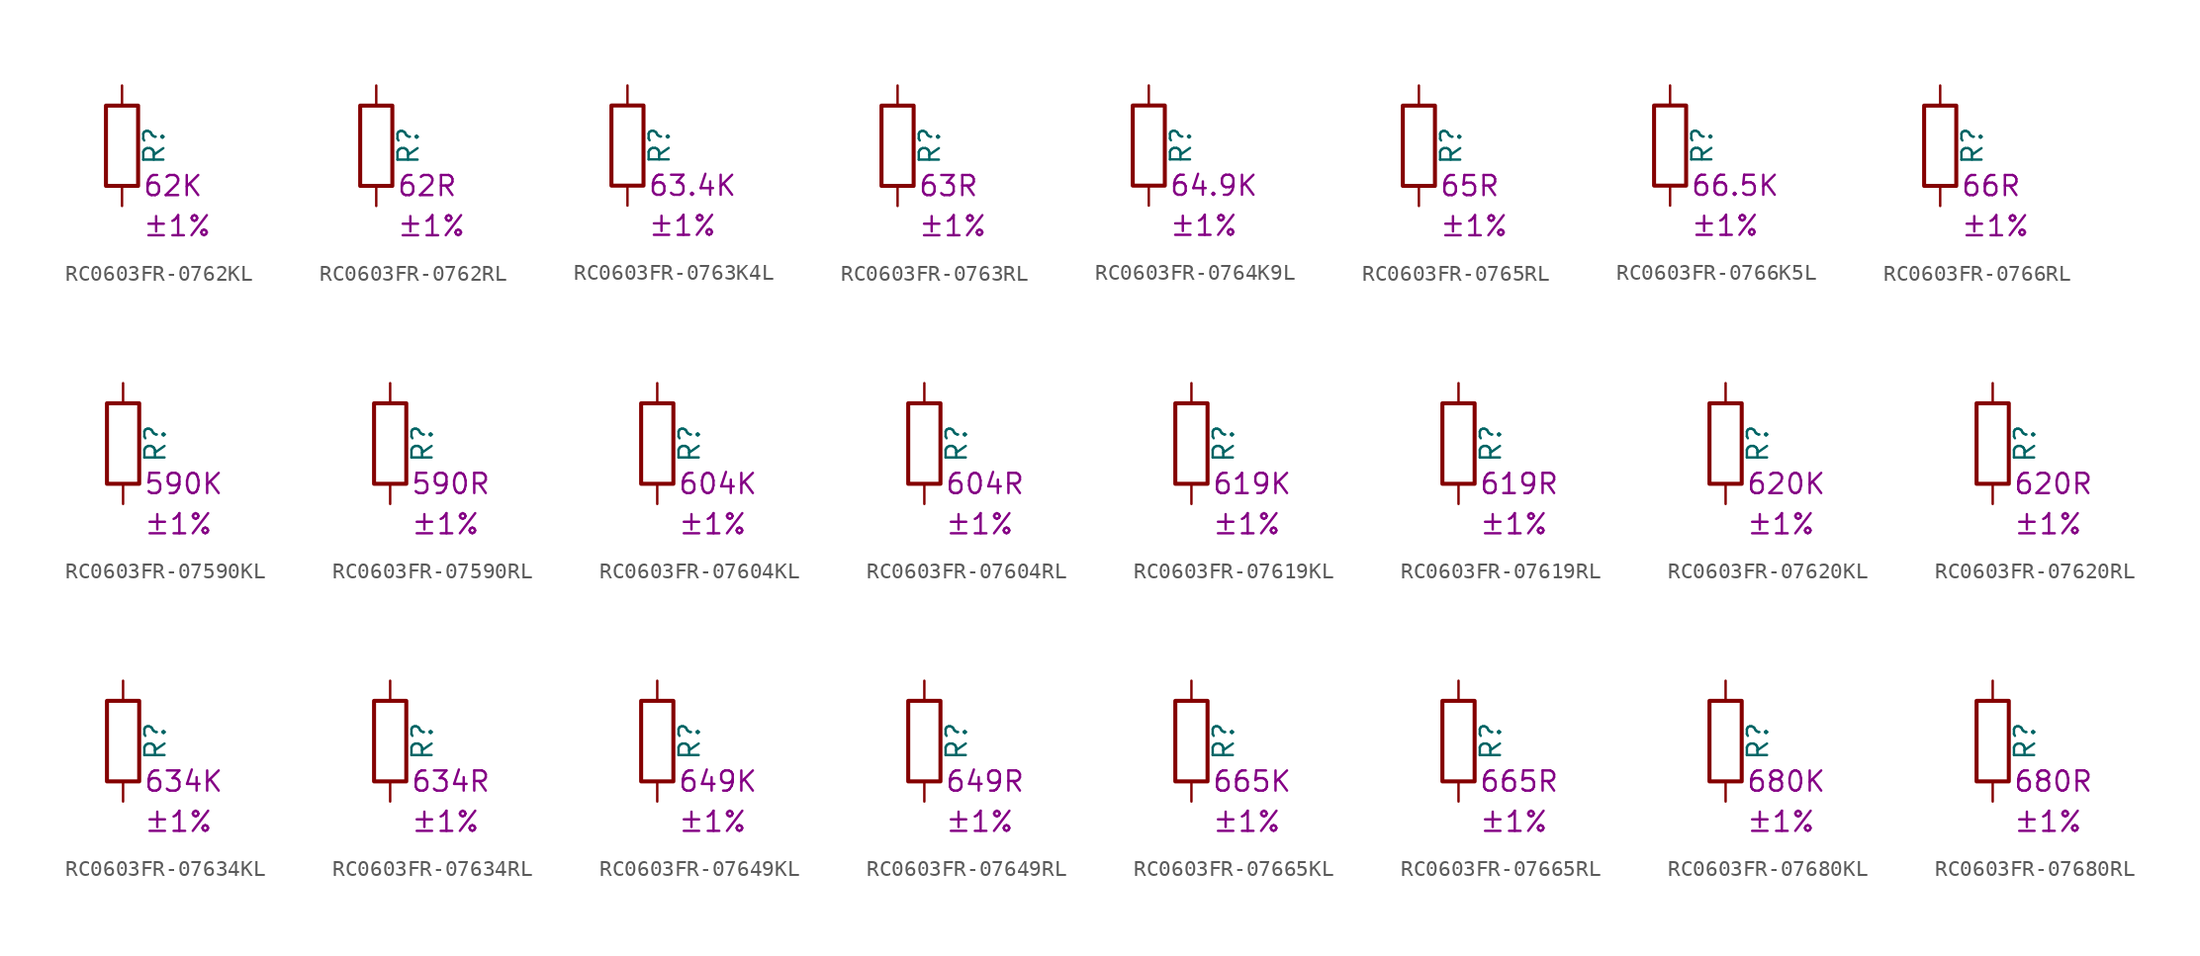
<source format=kicad_sym>
(kicad_symbol_lib
  (version 20220914)
  (generator kicad_symbol_editor)
  (symbol "RC0603FR-0762KL"
    (pin_numbers hide)
    (pin_names
      (offset 0))
    (property "Reference" "R"
      (at 2.032 0 90)
      (effects (font (size 1.27 1.27))))
    (property "Resistance" "62K"
      (at 1.27 -2.54 0)
      (effects (font (size 1.27 1.27)) (justify left)))
    (property "Tolerance" "±1%"
      (at 1.27 -5.08 0)
      (effects (font (size 1.27 1.27)) (justify left)))
    (symbol "RC0603FR-0762KL_0_1"
      (rectangle (start -1.016 -2.54) (end 1.016 2.54) (stroke (width 0.254) (type default)) (fill (type none))))
    (symbol "RC0603FR-0762KL_1_1"
      (pin passive line (at 0 3.81 270) (length 1.27) (name "~" (effects (font (size 1.27 1.27)))) (number "1" (effects (font (size 1.27 1.27)))))
      (pin passive line (at 0 -3.81 90) (length 1.27) (name "~" (effects (font (size 1.27 1.27)))) (number "2" (effects (font (size 1.27 1.27)))))))
  (symbol "RC0603FR-0762RL"
    (pin_numbers hide)
    (pin_names
      (offset 0))
    (property "Reference" "R"
      (at 2.032 0 90)
      (effects (font (size 1.27 1.27))))
    (property "Resistance" "62R"
      (at 1.27 -2.54 0)
      (effects (font (size 1.27 1.27)) (justify left)))
    (property "Tolerance" "±1%"
      (at 1.27 -5.08 0)
      (effects (font (size 1.27 1.27)) (justify left)))
    (symbol "RC0603FR-0762RL_0_1"
      (rectangle (start -1.016 -2.54) (end 1.016 2.54) (stroke (width 0.254) (type default)) (fill (type none))))
    (symbol "RC0603FR-0762RL_1_1"
      (pin passive line (at 0 3.81 270) (length 1.27) (name "~" (effects (font (size 1.27 1.27)))) (number "1" (effects (font (size 1.27 1.27)))))
      (pin passive line (at 0 -3.81 90) (length 1.27) (name "~" (effects (font (size 1.27 1.27)))) (number "2" (effects (font (size 1.27 1.27)))))))
  (symbol "RC0603FR-0763K4L"
    (pin_numbers hide)
    (pin_names
      (offset 0))
    (property "Reference" "R"
      (at 2.032 0 90)
      (effects (font (size 1.27 1.27))))
    (property "Resistance" "63.4K"
      (at 1.27 -2.54 0)
      (effects (font (size 1.27 1.27)) (justify left)))
    (property "Tolerance" "±1%"
      (at 1.27 -5.08 0)
      (effects (font (size 1.27 1.27)) (justify left)))
    (symbol "RC0603FR-0763K4L_0_1"
      (rectangle (start -1.016 -2.54) (end 1.016 2.54) (stroke (width 0.254) (type default)) (fill (type none))))
    (symbol "RC0603FR-0763K4L_1_1"
      (pin passive line (at 0 3.81 270) (length 1.27) (name "~" (effects (font (size 1.27 1.27)))) (number "1" (effects (font (size 1.27 1.27)))))
      (pin passive line (at 0 -3.81 90) (length 1.27) (name "~" (effects (font (size 1.27 1.27)))) (number "2" (effects (font (size 1.27 1.27)))))))
  (symbol "RC0603FR-0763RL"
    (pin_numbers hide)
    (pin_names
      (offset 0))
    (property "Reference" "R"
      (at 2.032 0 90)
      (effects (font (size 1.27 1.27))))
    (property "Resistance" "63R"
      (at 1.27 -2.54 0)
      (effects (font (size 1.27 1.27)) (justify left)))
    (property "Tolerance" "±1%"
      (at 1.27 -5.08 0)
      (effects (font (size 1.27 1.27)) (justify left)))
    (symbol "RC0603FR-0763RL_0_1"
      (rectangle (start -1.016 -2.54) (end 1.016 2.54) (stroke (width 0.254) (type default)) (fill (type none))))
    (symbol "RC0603FR-0763RL_1_1"
      (pin passive line (at 0 3.81 270) (length 1.27) (name "~" (effects (font (size 1.27 1.27)))) (number "1" (effects (font (size 1.27 1.27)))))
      (pin passive line (at 0 -3.81 90) (length 1.27) (name "~" (effects (font (size 1.27 1.27)))) (number "2" (effects (font (size 1.27 1.27)))))))
  (symbol "RC0603FR-0764K9L"
    (pin_numbers hide)
    (pin_names
      (offset 0))
    (property "Reference" "R"
      (at 2.032 0 90)
      (effects (font (size 1.27 1.27))))
    (property "Resistance" "64.9K"
      (at 1.27 -2.54 0)
      (effects (font (size 1.27 1.27)) (justify left)))
    (property "Tolerance" "±1%"
      (at 1.27 -5.08 0)
      (effects (font (size 1.27 1.27)) (justify left)))
    (symbol "RC0603FR-0764K9L_0_1"
      (rectangle (start -1.016 -2.54) (end 1.016 2.54) (stroke (width 0.254) (type default)) (fill (type none))))
    (symbol "RC0603FR-0764K9L_1_1"
      (pin passive line (at 0 3.81 270) (length 1.27) (name "~" (effects (font (size 1.27 1.27)))) (number "1" (effects (font (size 1.27 1.27)))))
      (pin passive line (at 0 -3.81 90) (length 1.27) (name "~" (effects (font (size 1.27 1.27)))) (number "2" (effects (font (size 1.27 1.27)))))))
  (symbol "RC0603FR-0765RL"
    (pin_numbers hide)
    (pin_names
      (offset 0))
    (property "Reference" "R"
      (at 2.032 0 90)
      (effects (font (size 1.27 1.27))))
    (property "Resistance" "65R"
      (at 1.27 -2.54 0)
      (effects (font (size 1.27 1.27)) (justify left)))
    (property "Tolerance" "±1%"
      (at 1.27 -5.08 0)
      (effects (font (size 1.27 1.27)) (justify left)))
    (symbol "RC0603FR-0765RL_0_1"
      (rectangle (start -1.016 -2.54) (end 1.016 2.54) (stroke (width 0.254) (type default)) (fill (type none))))
    (symbol "RC0603FR-0765RL_1_1"
      (pin passive line (at 0 3.81 270) (length 1.27) (name "~" (effects (font (size 1.27 1.27)))) (number "1" (effects (font (size 1.27 1.27)))))
      (pin passive line (at 0 -3.81 90) (length 1.27) (name "~" (effects (font (size 1.27 1.27)))) (number "2" (effects (font (size 1.27 1.27)))))))
  (symbol "RC0603FR-0766K5L"
    (pin_numbers hide)
    (pin_names
      (offset 0))
    (property "Reference" "R"
      (at 2.032 0 90)
      (effects (font (size 1.27 1.27))))
    (property "Resistance" "66.5K"
      (at 1.27 -2.54 0)
      (effects (font (size 1.27 1.27)) (justify left)))
    (property "Tolerance" "±1%"
      (at 1.27 -5.08 0)
      (effects (font (size 1.27 1.27)) (justify left)))
    (symbol "RC0603FR-0766K5L_0_1"
      (rectangle (start -1.016 -2.54) (end 1.016 2.54) (stroke (width 0.254) (type default)) (fill (type none))))
    (symbol "RC0603FR-0766K5L_1_1"
      (pin passive line (at 0 3.81 270) (length 1.27) (name "~" (effects (font (size 1.27 1.27)))) (number "1" (effects (font (size 1.27 1.27)))))
      (pin passive line (at 0 -3.81 90) (length 1.27) (name "~" (effects (font (size 1.27 1.27)))) (number "2" (effects (font (size 1.27 1.27)))))))
  (symbol "RC0603FR-0766RL"
    (pin_numbers hide)
    (pin_names
      (offset 0))
    (property "Reference" "R"
      (at 2.032 0 90)
      (effects (font (size 1.27 1.27))))
    (property "Resistance" "66R"
      (at 1.27 -2.54 0)
      (effects (font (size 1.27 1.27)) (justify left)))
    (property "Tolerance" "±1%"
      (at 1.27 -5.08 0)
      (effects (font (size 1.27 1.27)) (justify left)))
    (symbol "RC0603FR-0766RL_0_1"
      (rectangle (start -1.016 -2.54) (end 1.016 2.54) (stroke (width 0.254) (type default)) (fill (type none))))
    (symbol "RC0603FR-0766RL_1_1"
      (pin passive line (at 0 3.81 270) (length 1.27) (name "~" (effects (font (size 1.27 1.27)))) (number "1" (effects (font (size 1.27 1.27)))))
      (pin passive line (at 0 -3.81 90) (length 1.27) (name "~" (effects (font (size 1.27 1.27)))) (number "2" (effects (font (size 1.27 1.27)))))))
  (symbol "RC0603FR-07590KL"
    (pin_numbers hide)
    (pin_names
      (offset 0))
    (property "Reference" "R"
      (at 2.032 0 90)
      (effects (font (size 1.27 1.27))))
    (property "Resistance" "590K"
      (at 1.27 -2.54 0)
      (effects (font (size 1.27 1.27)) (justify left)))
    (property "Tolerance" "±1%"
      (at 1.27 -5.08 0)
      (effects (font (size 1.27 1.27)) (justify left)))
    (symbol "RC0603FR-07590KL_0_1"
      (rectangle (start -1.016 -2.54) (end 1.016 2.54) (stroke (width 0.254) (type default)) (fill (type none))))
    (symbol "RC0603FR-07590KL_1_1"
      (pin passive line (at 0 3.81 270) (length 1.27) (name "~" (effects (font (size 1.27 1.27)))) (number "1" (effects (font (size 1.27 1.27)))))
      (pin passive line (at 0 -3.81 90) (length 1.27) (name "~" (effects (font (size 1.27 1.27)))) (number "2" (effects (font (size 1.27 1.27)))))))
  (symbol "RC0603FR-07590RL"
    (pin_numbers hide)
    (pin_names
      (offset 0))
    (property "Reference" "R"
      (at 2.032 0 90)
      (effects (font (size 1.27 1.27))))
    (property "Resistance" "590R"
      (at 1.27 -2.54 0)
      (effects (font (size 1.27 1.27)) (justify left)))
    (property "Tolerance" "±1%"
      (at 1.27 -5.08 0)
      (effects (font (size 1.27 1.27)) (justify left)))
    (symbol "RC0603FR-07590RL_0_1"
      (rectangle (start -1.016 -2.54) (end 1.016 2.54) (stroke (width 0.254) (type default)) (fill (type none))))
    (symbol "RC0603FR-07590RL_1_1"
      (pin passive line (at 0 3.81 270) (length 1.27) (name "~" (effects (font (size 1.27 1.27)))) (number "1" (effects (font (size 1.27 1.27)))))
      (pin passive line (at 0 -3.81 90) (length 1.27) (name "~" (effects (font (size 1.27 1.27)))) (number "2" (effects (font (size 1.27 1.27)))))))
  (symbol "RC0603FR-07604KL"
    (pin_numbers hide)
    (pin_names
      (offset 0))
    (property "Reference" "R"
      (at 2.032 0 90)
      (effects (font (size 1.27 1.27))))
    (property "Resistance" "604K"
      (at 1.27 -2.54 0)
      (effects (font (size 1.27 1.27)) (justify left)))
    (property "Tolerance" "±1%"
      (at 1.27 -5.08 0)
      (effects (font (size 1.27 1.27)) (justify left)))
    (symbol "RC0603FR-07604KL_0_1"
      (rectangle (start -1.016 -2.54) (end 1.016 2.54) (stroke (width 0.254) (type default)) (fill (type none))))
    (symbol "RC0603FR-07604KL_1_1"
      (pin passive line (at 0 3.81 270) (length 1.27) (name "~" (effects (font (size 1.27 1.27)))) (number "1" (effects (font (size 1.27 1.27)))))
      (pin passive line (at 0 -3.81 90) (length 1.27) (name "~" (effects (font (size 1.27 1.27)))) (number "2" (effects (font (size 1.27 1.27)))))))
  (symbol "RC0603FR-07604RL"
    (pin_numbers hide)
    (pin_names
      (offset 0))
    (property "Reference" "R"
      (at 2.032 0 90)
      (effects (font (size 1.27 1.27))))
    (property "Resistance" "604R"
      (at 1.27 -2.54 0)
      (effects (font (size 1.27 1.27)) (justify left)))
    (property "Tolerance" "±1%"
      (at 1.27 -5.08 0)
      (effects (font (size 1.27 1.27)) (justify left)))
    (symbol "RC0603FR-07604RL_0_1"
      (rectangle (start -1.016 -2.54) (end 1.016 2.54) (stroke (width 0.254) (type default)) (fill (type none))))
    (symbol "RC0603FR-07604RL_1_1"
      (pin passive line (at 0 3.81 270) (length 1.27) (name "~" (effects (font (size 1.27 1.27)))) (number "1" (effects (font (size 1.27 1.27)))))
      (pin passive line (at 0 -3.81 90) (length 1.27) (name "~" (effects (font (size 1.27 1.27)))) (number "2" (effects (font (size 1.27 1.27)))))))
  (symbol "RC0603FR-07619KL"
    (pin_numbers hide)
    (pin_names
      (offset 0))
    (property "Reference" "R"
      (at 2.032 0 90)
      (effects (font (size 1.27 1.27))))
    (property "Resistance" "619K"
      (at 1.27 -2.54 0)
      (effects (font (size 1.27 1.27)) (justify left)))
    (property "Tolerance" "±1%"
      (at 1.27 -5.08 0)
      (effects (font (size 1.27 1.27)) (justify left)))
    (symbol "RC0603FR-07619KL_0_1"
      (rectangle (start -1.016 -2.54) (end 1.016 2.54) (stroke (width 0.254) (type default)) (fill (type none))))
    (symbol "RC0603FR-07619KL_1_1"
      (pin passive line (at 0 3.81 270) (length 1.27) (name "~" (effects (font (size 1.27 1.27)))) (number "1" (effects (font (size 1.27 1.27)))))
      (pin passive line (at 0 -3.81 90) (length 1.27) (name "~" (effects (font (size 1.27 1.27)))) (number "2" (effects (font (size 1.27 1.27)))))))
  (symbol "RC0603FR-07619RL"
    (pin_numbers hide)
    (pin_names
      (offset 0))
    (property "Reference" "R"
      (at 2.032 0 90)
      (effects (font (size 1.27 1.27))))
    (property "Resistance" "619R"
      (at 1.27 -2.54 0)
      (effects (font (size 1.27 1.27)) (justify left)))
    (property "Tolerance" "±1%"
      (at 1.27 -5.08 0)
      (effects (font (size 1.27 1.27)) (justify left)))
    (symbol "RC0603FR-07619RL_0_1"
      (rectangle (start -1.016 -2.54) (end 1.016 2.54) (stroke (width 0.254) (type default)) (fill (type none))))
    (symbol "RC0603FR-07619RL_1_1"
      (pin passive line (at 0 3.81 270) (length 1.27) (name "~" (effects (font (size 1.27 1.27)))) (number "1" (effects (font (size 1.27 1.27)))))
      (pin passive line (at 0 -3.81 90) (length 1.27) (name "~" (effects (font (size 1.27 1.27)))) (number "2" (effects (font (size 1.27 1.27)))))))
  (symbol "RC0603FR-07620KL"
    (pin_numbers hide)
    (pin_names
      (offset 0))
    (property "Reference" "R"
      (at 2.032 0 90)
      (effects (font (size 1.27 1.27))))
    (property "Resistance" "620K"
      (at 1.27 -2.54 0)
      (effects (font (size 1.27 1.27)) (justify left)))
    (property "Tolerance" "±1%"
      (at 1.27 -5.08 0)
      (effects (font (size 1.27 1.27)) (justify left)))
    (symbol "RC0603FR-07620KL_0_1"
      (rectangle (start -1.016 -2.54) (end 1.016 2.54) (stroke (width 0.254) (type default)) (fill (type none))))
    (symbol "RC0603FR-07620KL_1_1"
      (pin passive line (at 0 3.81 270) (length 1.27) (name "~" (effects (font (size 1.27 1.27)))) (number "1" (effects (font (size 1.27 1.27)))))
      (pin passive line (at 0 -3.81 90) (length 1.27) (name "~" (effects (font (size 1.27 1.27)))) (number "2" (effects (font (size 1.27 1.27)))))))
  (symbol "RC0603FR-07620RL"
    (pin_numbers hide)
    (pin_names
      (offset 0))
    (property "Reference" "R"
      (at 2.032 0 90)
      (effects (font (size 1.27 1.27))))
    (property "Resistance" "620R"
      (at 1.27 -2.54 0)
      (effects (font (size 1.27 1.27)) (justify left)))
    (property "Tolerance" "±1%"
      (at 1.27 -5.08 0)
      (effects (font (size 1.27 1.27)) (justify left)))
    (symbol "RC0603FR-07620RL_0_1"
      (rectangle (start -1.016 -2.54) (end 1.016 2.54) (stroke (width 0.254) (type default)) (fill (type none))))
    (symbol "RC0603FR-07620RL_1_1"
      (pin passive line (at 0 3.81 270) (length 1.27) (name "~" (effects (font (size 1.27 1.27)))) (number "1" (effects (font (size 1.27 1.27)))))
      (pin passive line (at 0 -3.81 90) (length 1.27) (name "~" (effects (font (size 1.27 1.27)))) (number "2" (effects (font (size 1.27 1.27)))))))
  (symbol "RC0603FR-07634KL"
    (pin_numbers hide)
    (pin_names
      (offset 0))
    (property "Reference" "R"
      (at 2.032 0 90)
      (effects (font (size 1.27 1.27))))
    (property "Resistance" "634K"
      (at 1.27 -2.54 0)
      (effects (font (size 1.27 1.27)) (justify left)))
    (property "Tolerance" "±1%"
      (at 1.27 -5.08 0)
      (effects (font (size 1.27 1.27)) (justify left)))
    (symbol "RC0603FR-07634KL_0_1"
      (rectangle (start -1.016 -2.54) (end 1.016 2.54) (stroke (width 0.254) (type default)) (fill (type none))))
    (symbol "RC0603FR-07634KL_1_1"
      (pin passive line (at 0 3.81 270) (length 1.27) (name "~" (effects (font (size 1.27 1.27)))) (number "1" (effects (font (size 1.27 1.27)))))
      (pin passive line (at 0 -3.81 90) (length 1.27) (name "~" (effects (font (size 1.27 1.27)))) (number "2" (effects (font (size 1.27 1.27)))))))
  (symbol "RC0603FR-07634RL"
    (pin_numbers hide)
    (pin_names
      (offset 0))
    (property "Reference" "R"
      (at 2.032 0 90)
      (effects (font (size 1.27 1.27))))
    (property "Resistance" "634R"
      (at 1.27 -2.54 0)
      (effects (font (size 1.27 1.27)) (justify left)))
    (property "Tolerance" "±1%"
      (at 1.27 -5.08 0)
      (effects (font (size 1.27 1.27)) (justify left)))
    (symbol "RC0603FR-07634RL_0_1"
      (rectangle (start -1.016 -2.54) (end 1.016 2.54) (stroke (width 0.254) (type default)) (fill (type none))))
    (symbol "RC0603FR-07634RL_1_1"
      (pin passive line (at 0 3.81 270) (length 1.27) (name "~" (effects (font (size 1.27 1.27)))) (number "1" (effects (font (size 1.27 1.27)))))
      (pin passive line (at 0 -3.81 90) (length 1.27) (name "~" (effects (font (size 1.27 1.27)))) (number "2" (effects (font (size 1.27 1.27)))))))
  (symbol "RC0603FR-07649KL"
    (pin_numbers hide)
    (pin_names
      (offset 0))
    (property "Reference" "R"
      (at 2.032 0 90)
      (effects (font (size 1.27 1.27))))
    (property "Resistance" "649K"
      (at 1.27 -2.54 0)
      (effects (font (size 1.27 1.27)) (justify left)))
    (property "Tolerance" "±1%"
      (at 1.27 -5.08 0)
      (effects (font (size 1.27 1.27)) (justify left)))
    (symbol "RC0603FR-07649KL_0_1"
      (rectangle (start -1.016 -2.54) (end 1.016 2.54) (stroke (width 0.254) (type default)) (fill (type none))))
    (symbol "RC0603FR-07649KL_1_1"
      (pin passive line (at 0 3.81 270) (length 1.27) (name "~" (effects (font (size 1.27 1.27)))) (number "1" (effects (font (size 1.27 1.27)))))
      (pin passive line (at 0 -3.81 90) (length 1.27) (name "~" (effects (font (size 1.27 1.27)))) (number "2" (effects (font (size 1.27 1.27)))))))
  (symbol "RC0603FR-07649RL"
    (pin_numbers hide)
    (pin_names
      (offset 0))
    (property "Reference" "R"
      (at 2.032 0 90)
      (effects (font (size 1.27 1.27))))
    (property "Resistance" "649R"
      (at 1.27 -2.54 0)
      (effects (font (size 1.27 1.27)) (justify left)))
    (property "Tolerance" "±1%"
      (at 1.27 -5.08 0)
      (effects (font (size 1.27 1.27)) (justify left)))
    (symbol "RC0603FR-07649RL_0_1"
      (rectangle (start -1.016 -2.54) (end 1.016 2.54) (stroke (width 0.254) (type default)) (fill (type none))))
    (symbol "RC0603FR-07649RL_1_1"
      (pin passive line (at 0 3.81 270) (length 1.27) (name "~" (effects (font (size 1.27 1.27)))) (number "1" (effects (font (size 1.27 1.27)))))
      (pin passive line (at 0 -3.81 90) (length 1.27) (name "~" (effects (font (size 1.27 1.27)))) (number "2" (effects (font (size 1.27 1.27)))))))
  (symbol "RC0603FR-07665KL"
    (pin_numbers hide)
    (pin_names
      (offset 0))
    (property "Reference" "R"
      (at 2.032 0 90)
      (effects (font (size 1.27 1.27))))
    (property "Resistance" "665K"
      (at 1.27 -2.54 0)
      (effects (font (size 1.27 1.27)) (justify left)))
    (property "Tolerance" "±1%"
      (at 1.27 -5.08 0)
      (effects (font (size 1.27 1.27)) (justify left)))
    (symbol "RC0603FR-07665KL_0_1"
      (rectangle (start -1.016 -2.54) (end 1.016 2.54) (stroke (width 0.254) (type default)) (fill (type none))))
    (symbol "RC0603FR-07665KL_1_1"
      (pin passive line (at 0 3.81 270) (length 1.27) (name "~" (effects (font (size 1.27 1.27)))) (number "1" (effects (font (size 1.27 1.27)))))
      (pin passive line (at 0 -3.81 90) (length 1.27) (name "~" (effects (font (size 1.27 1.27)))) (number "2" (effects (font (size 1.27 1.27)))))))
  (symbol "RC0603FR-07665RL"
    (pin_numbers hide)
    (pin_names
      (offset 0))
    (property "Reference" "R"
      (at 2.032 0 90)
      (effects (font (size 1.27 1.27))))
    (property "Resistance" "665R"
      (at 1.27 -2.54 0)
      (effects (font (size 1.27 1.27)) (justify left)))
    (property "Tolerance" "±1%"
      (at 1.27 -5.08 0)
      (effects (font (size 1.27 1.27)) (justify left)))
    (symbol "RC0603FR-07665RL_0_1"
      (rectangle (start -1.016 -2.54) (end 1.016 2.54) (stroke (width 0.254) (type default)) (fill (type none))))
    (symbol "RC0603FR-07665RL_1_1"
      (pin passive line (at 0 3.81 270) (length 1.27) (name "~" (effects (font (size 1.27 1.27)))) (number "1" (effects (font (size 1.27 1.27)))))
      (pin passive line (at 0 -3.81 90) (length 1.27) (name "~" (effects (font (size 1.27 1.27)))) (number "2" (effects (font (size 1.27 1.27)))))))
  (symbol "RC0603FR-07680KL"
    (pin_numbers hide)
    (pin_names
      (offset 0))
    (property "Reference" "R"
      (at 2.032 0 90)
      (effects (font (size 1.27 1.27))))
    (property "Resistance" "680K"
      (at 1.27 -2.54 0)
      (effects (font (size 1.27 1.27)) (justify left)))
    (property "Tolerance" "±1%"
      (at 1.27 -5.08 0)
      (effects (font (size 1.27 1.27)) (justify left)))
    (symbol "RC0603FR-07680KL_0_1"
      (rectangle (start -1.016 -2.54) (end 1.016 2.54) (stroke (width 0.254) (type default)) (fill (type none))))
    (symbol "RC0603FR-07680KL_1_1"
      (pin passive line (at 0 3.81 270) (length 1.27) (name "~" (effects (font (size 1.27 1.27)))) (number "1" (effects (font (size 1.27 1.27)))))
      (pin passive line (at 0 -3.81 90) (length 1.27) (name "~" (effects (font (size 1.27 1.27)))) (number "2" (effects (font (size 1.27 1.27)))))))
  (symbol "RC0603FR-07680RL"
    (pin_numbers hide)
    (pin_names
      (offset 0))
    (property "Reference" "R"
      (at 2.032 0 90)
      (effects (font (size 1.27 1.27))))
    (property "Resistance" "680R"
      (at 1.27 -2.54 0)
      (effects (font (size 1.27 1.27)) (justify left)))
    (property "Tolerance" "±1%"
      (at 1.27 -5.08 0)
      (effects (font (size 1.27 1.27)) (justify left)))
    (symbol "RC0603FR-07680RL_0_1"
      (rectangle (start -1.016 -2.54) (end 1.016 2.54) (stroke (width 0.254) (type default)) (fill (type none))))
    (symbol "RC0603FR-07680RL_1_1"
      (pin passive line (at 0 3.81 270) (length 1.27) (name "~" (effects (font (size 1.27 1.27)))) (number "1" (effects (font (size 1.27 1.27)))))
      (pin passive line (at 0 -3.81 90) (length 1.27) (name "~" (effects (font (size 1.27 1.27)))) (number "2" (effects (font (size 1.27 1.27))))))))
</source>
